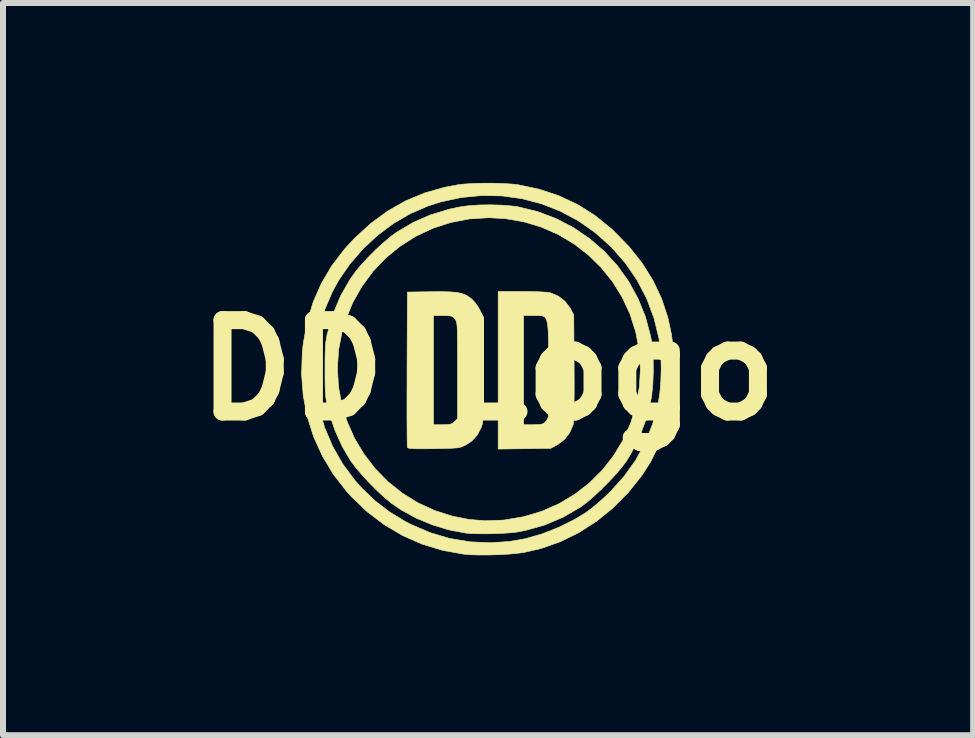
<source format=kicad_pcb>
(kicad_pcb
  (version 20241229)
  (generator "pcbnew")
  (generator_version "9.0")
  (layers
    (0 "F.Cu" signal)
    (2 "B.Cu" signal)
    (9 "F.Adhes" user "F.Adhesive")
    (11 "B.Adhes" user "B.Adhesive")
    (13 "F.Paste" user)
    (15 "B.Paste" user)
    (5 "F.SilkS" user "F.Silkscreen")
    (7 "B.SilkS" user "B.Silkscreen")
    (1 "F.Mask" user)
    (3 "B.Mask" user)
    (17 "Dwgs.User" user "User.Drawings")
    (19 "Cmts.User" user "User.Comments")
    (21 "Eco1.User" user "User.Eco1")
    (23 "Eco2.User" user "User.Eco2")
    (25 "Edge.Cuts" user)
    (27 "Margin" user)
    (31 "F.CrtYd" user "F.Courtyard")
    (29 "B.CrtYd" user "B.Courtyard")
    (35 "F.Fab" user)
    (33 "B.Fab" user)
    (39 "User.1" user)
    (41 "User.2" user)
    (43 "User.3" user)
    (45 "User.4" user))
  (footprint "DD Logo"
    (layer "F.Cu")
    (at 5.087 3.122)
    (property "Reference" "DD Logo" (at 0 0 0) (layer "F.SilkS") (effects (font (size 1.524 1.524) (thickness 0.3))))
    (attr through_hole)
    (fp_poly (pts (xy 0.566 -1.312) (xy 0.697 -1.311) (xy 0.818 -1.308) (xy 0.921 -1.303) (xy 0.998 -1.297) (xy 1.038 -1.291) (xy 1.169 -1.236) (xy 1.28 -1.151) (xy 1.363 -1.044) (xy 1.37 -1.033) (xy 1.429 -0.921) (xy 1.435 -0.048) (xy 1.436 0.187) (xy 1.436 0.393) (xy 1.434 0.568) (xy 1.432 0.71) (xy 1.428 0.816) (xy 1.423 0.884) (xy 1.42 0.905) (xy 1.362 1.041) (xy 1.273 1.156) (xy 1.163 1.238) (xy 1.048 1.302) (xy 0.609 1.309) (xy 0.169 1.315) (xy 0.169 -0.91) (xy 0.593 -0.91) (xy 0.593 0.91) (xy 0.751 0.91) (xy 0.839 0.908) (xy 0.896 0.9) (xy 0.933 0.884) (xy 0.952 0.868) (xy 0.988 0.819) (xy 1.006 0.778) (xy 1.008 0.747) (xy 1.01 0.678) (xy 1.012 0.577) (xy 1.013 0.448) (xy 1.013 0.298) (xy 1.013 0.131) (xy 1.012 -0.045) (xy 1.01 -0.26) (xy 1.008 -0.435) (xy 1.006 -0.576) (xy 1.001 -0.687) (xy 0.992 -0.769) (xy 0.979 -0.829) (xy 0.961 -0.869) (xy 0.936 -0.894) (xy 0.903 -0.906) (xy 0.861 -0.911) (xy 0.809 -0.911) (xy 0.759 -0.91) (xy 0.593 -0.91) (xy 0.169 -0.91) (xy 0.169 -1.312) (xy 0.566 -1.312)) (stroke (width 0.01) (type solid)) (fill yes) (layer "F.SilkS"))
    (fp_poly (pts (xy -0.643 -1.306) (xy -0.539 -1.298) (xy -0.457 -1.284) (xy -0.391 -1.262) (xy -0.333 -1.231) (xy -0.278 -1.191) (xy -0.271 -1.185) (xy -0.218 -1.129) (xy -0.164 -1.054) (xy -0.134 -1) (xy -0.074 -0.878) (xy -0.074 -0.011) (xy -0.074 0.207) (xy -0.075 0.386) (xy -0.076 0.532) (xy -0.078 0.647) (xy -0.08 0.738) (xy -0.084 0.807) (xy -0.089 0.859) (xy -0.096 0.898) (xy -0.104 0.929) (xy -0.112 0.951) (xy -0.18 1.082) (xy -0.271 1.181) (xy -0.366 1.244) (xy -0.405 1.263) (xy -0.44 1.278) (xy -0.48 1.289) (xy -0.529 1.296) (xy -0.597 1.301) (xy -0.688 1.304) (xy -0.811 1.307) (xy -0.905 1.309) (xy -1.056 1.31) (xy -1.17 1.31) (xy -1.25 1.308) (xy -1.303 1.304) (xy -1.333 1.297) (xy -1.344 1.287) (xy -1.346 1.262) (xy -1.348 1.198) (xy -1.349 1.098) (xy -1.35 0.968) (xy -1.351 0.811) (xy -1.351 0.63) (xy -1.351 0.429) (xy -1.35 0.212) (xy -1.35 -0.018) (xy -1.35 -0.021) (xy -1.346 -0.91) (xy -0.91 -0.91) (xy -0.91 0.91) (xy -0.761 0.91) (xy -0.679 0.908) (xy -0.625 0.9) (xy -0.588 0.883) (xy -0.56 0.858) (xy -0.508 0.806) (xy -0.508 0.004) (xy -0.508 -0.202) (xy -0.508 -0.369) (xy -0.509 -0.503) (xy -0.511 -0.607) (xy -0.513 -0.686) (xy -0.517 -0.744) (xy -0.522 -0.785) (xy -0.529 -0.813) (xy -0.537 -0.833) (xy -0.548 -0.849) (xy -0.552 -0.854) (xy -0.578 -0.883) (xy -0.608 -0.9) (xy -0.654 -0.908) (xy -0.727 -0.91) (xy -0.753 -0.91) (xy -0.91 -0.91) (xy -1.346 -0.91) (xy -1.344 -1.302) (xy -0.944 -1.308) (xy -0.775 -1.309) (xy -0.643 -1.306)) (stroke (width 0.01) (type solid)) (fill yes) (layer "F.SilkS"))
    (fp_poly (pts (xy 0.083 -3.117) (xy 0.243 -3.112) (xy 0.386 -3.104) (xy 0.497 -3.092) (xy 0.85 -3.018) (xy 1.182 -2.908) (xy 1.494 -2.761) (xy 1.786 -2.577) (xy 2.06 -2.354) (xy 2.096 -2.321) (xy 2.355 -2.055) (xy 2.573 -1.78) (xy 2.752 -1.493) (xy 2.893 -1.194) (xy 2.998 -0.878) (xy 3.059 -0.592) (xy 3.081 -0.408) (xy 3.094 -0.196) (xy 3.096 0.028) (xy 3.088 0.251) (xy 3.07 0.458) (xy 3.051 0.594) (xy 2.974 0.917) (xy 2.858 1.232) (xy 2.709 1.531) (xy 2.565 1.755) (xy 2.337 2.041) (xy 2.084 2.296) (xy 1.81 2.518) (xy 1.516 2.707) (xy 1.207 2.859) (xy 0.884 2.973) (xy 0.603 3.038) (xy 0.486 3.054) (xy 0.339 3.067) (xy 0.176 3.076) (xy 0.007 3.081) (xy -0.155 3.081) (xy -0.297 3.077) (xy -0.402 3.068) (xy -0.757 3.004) (xy -1.097 2.901) (xy -1.421 2.759) (xy -1.726 2.579) (xy -2.012 2.363) (xy -2.275 2.112) (xy -2.357 2.021) (xy -2.579 1.735) (xy -2.762 1.431) (xy -2.908 1.11) (xy -3.014 0.774) (xy -3.081 0.425) (xy -3.109 0.065) (xy -3.106 -0.015) (xy -2.896 -0.015) (xy -2.875 0.317) (xy -2.817 0.644) (xy -2.722 0.963) (xy -2.591 1.27) (xy -2.424 1.562) (xy -2.222 1.835) (xy -2.1 1.971) (xy -1.879 2.182) (xy -1.643 2.363) (xy -1.383 2.521) (xy -1.29 2.569) (xy -0.969 2.708) (xy -0.643 2.805) (xy -0.309 2.861) (xy 0.035 2.877) (xy 0.349 2.857) (xy 0.62 2.81) (xy 0.901 2.73) (xy 1.18 2.62) (xy 1.449 2.486) (xy 1.628 2.376) (xy 1.714 2.313) (xy 1.818 2.229) (xy 1.925 2.134) (xy 2.026 2.039) (xy 2.033 2.033) (xy 2.267 1.772) (xy 2.463 1.499) (xy 2.621 1.207) (xy 2.745 0.895) (xy 2.836 0.557) (xy 2.839 0.544) (xy 2.865 0.377) (xy 2.881 0.184) (xy 2.887 -0.021) (xy 2.883 -0.225) (xy 2.867 -0.413) (xy 2.851 -0.521) (xy 2.768 -0.866) (xy 2.646 -1.192) (xy 2.486 -1.499) (xy 2.29 -1.786) (xy 2.057 -2.051) (xy 2.043 -2.065) (xy 1.782 -2.297) (xy 1.501 -2.493) (xy 1.202 -2.652) (xy 0.889 -2.775) (xy 0.564 -2.86) (xy 0.231 -2.906) (xy -0.107 -2.912) (xy -0.448 -2.879) (xy -0.787 -2.806) (xy -1 -2.738) (xy -1.296 -2.61) (xy -1.579 -2.445) (xy -1.845 -2.246) (xy -2.089 -2.018) (xy -2.308 -1.765) (xy -2.495 -1.491) (xy -2.593 -1.312) (xy -2.728 -0.999) (xy -2.823 -0.676) (xy -2.878 -0.347) (xy -2.896 -0.015) (xy -3.106 -0.015) (xy -3.096 -0.305) (xy -3.081 -0.443) (xy -3.017 -0.798) (xy -2.917 -1.131) (xy -2.78 -1.444) (xy -2.606 -1.739) (xy -2.393 -2.018) (xy -2.224 -2.201) (xy -1.953 -2.448) (xy -1.669 -2.656) (xy -1.37 -2.825) (xy -1.053 -2.956) (xy -0.716 -3.051) (xy -0.497 -3.092) (xy -0.386 -3.104) (xy -0.244 -3.113) (xy -0.084 -3.117) (xy 0.083 -3.117)) (stroke (width 0.01) (type solid)) (fill yes) (layer "F.SilkS"))
    (fp_poly (pts (xy 0.231 -2.751) (xy 0.403 -2.737) (xy 0.499 -2.724) (xy 0.824 -2.645) (xy 1.132 -2.529) (xy 1.423 -2.378) (xy 1.691 -2.195) (xy 1.936 -1.983) (xy 2.155 -1.744) (xy 2.344 -1.48) (xy 2.501 -1.194) (xy 2.624 -0.89) (xy 2.71 -0.569) (xy 2.723 -0.499) (xy 2.743 -0.338) (xy 2.754 -0.152) (xy 2.755 0.045) (xy 2.747 0.238) (xy 2.73 0.411) (xy 2.722 0.466) (xy 2.643 0.796) (xy 2.526 1.112) (xy 2.373 1.409) (xy 2.301 1.524) (xy 2.227 1.622) (xy 2.128 1.738) (xy 2.013 1.862) (xy 1.888 1.987) (xy 1.764 2.103) (xy 1.648 2.203) (xy 1.548 2.278) (xy 1.545 2.28) (xy 1.254 2.45) (xy 0.946 2.581) (xy 0.623 2.672) (xy 0.482 2.699) (xy 0.385 2.71) (xy 0.259 2.719) (xy 0.116 2.725) (xy -0.032 2.728) (xy -0.173 2.727) (xy -0.294 2.723) (xy -0.37 2.716) (xy -0.647 2.664) (xy -0.926 2.58) (xy -1.197 2.467) (xy -1.448 2.33) (xy -1.609 2.219) (xy -1.718 2.13) (xy -1.84 2.018) (xy -1.966 1.892) (xy -2.087 1.763) (xy -2.194 1.638) (xy -2.278 1.528) (xy -2.293 1.507) (xy -2.429 1.276) (xy -2.546 1.019) (xy -2.637 0.755) (xy -2.651 0.703) (xy -2.673 0.618) (xy -2.69 0.547) (xy -2.701 0.48) (xy -2.709 0.41) (xy -2.714 0.329) (xy -2.717 0.226) (xy -2.718 0.095) (xy -2.718 0.011) (xy -2.718 -0.028) (xy -2.512 -0.028) (xy -2.493 0.278) (xy -2.438 0.577) (xy -2.347 0.865) (xy -2.223 1.141) (xy -2.068 1.399) (xy -1.884 1.639) (xy -1.672 1.856) (xy -1.434 2.047) (xy -1.173 2.21) (xy -0.889 2.34) (xy -0.603 2.432) (xy -0.322 2.488) (xy -0.049 2.511) (xy 0.231 2.501) (xy 0.275 2.497) (xy 0.595 2.443) (xy 0.899 2.352) (xy 1.184 2.226) (xy 1.448 2.068) (xy 1.69 1.88) (xy 1.906 1.665) (xy 2.094 1.425) (xy 2.252 1.164) (xy 2.378 0.883) (xy 2.47 0.585) (xy 2.524 0.273) (xy 2.54 -0.011) (xy 2.52 -0.333) (xy 2.461 -0.642) (xy 2.366 -0.938) (xy 2.237 -1.215) (xy 2.077 -1.474) (xy 1.887 -1.71) (xy 1.671 -1.922) (xy 1.432 -2.107) (xy 1.17 -2.262) (xy 0.889 -2.386) (xy 0.592 -2.475) (xy 0.28 -2.528) (xy 0.011 -2.542) (xy -0.313 -2.522) (xy -0.625 -2.462) (xy -0.922 -2.365) (xy -1.203 -2.233) (xy -1.464 -2.068) (xy -1.703 -1.873) (xy -1.917 -1.649) (xy -2.102 -1.398) (xy -2.258 -1.123) (xy -2.379 -0.825) (xy -2.432 -0.648) (xy -2.492 -0.337) (xy -2.512 -0.028) (xy -2.718 -0.028) (xy -2.718 -0.153) (xy -2.716 -0.281) (xy -2.712 -0.383) (xy -2.705 -0.466) (xy -2.694 -0.538) (xy -2.681 -0.603) (xy -2.585 -0.935) (xy -2.458 -1.239) (xy -2.3 -1.515) (xy -2.216 -1.633) (xy -2.122 -1.748) (xy -2.005 -1.875) (xy -1.876 -2.004) (xy -1.743 -2.126) (xy -1.618 -2.231) (xy -1.524 -2.3) (xy -1.249 -2.463) (xy -0.955 -2.591) (xy -0.639 -2.686) (xy -0.475 -2.721) (xy -0.325 -2.742) (xy -0.147 -2.754) (xy 0.043 -2.757) (xy 0.231 -2.751)) (stroke (width 0.01) (type solid)) (fill yes) (layer "F.SilkS")))
  (gr_rect
    (start -3 -3)
    (end 13.175 9.208)
    (stroke (width 0.1) (type default))
    (fill no)
    (layer "Edge.Cuts")))
</source>
